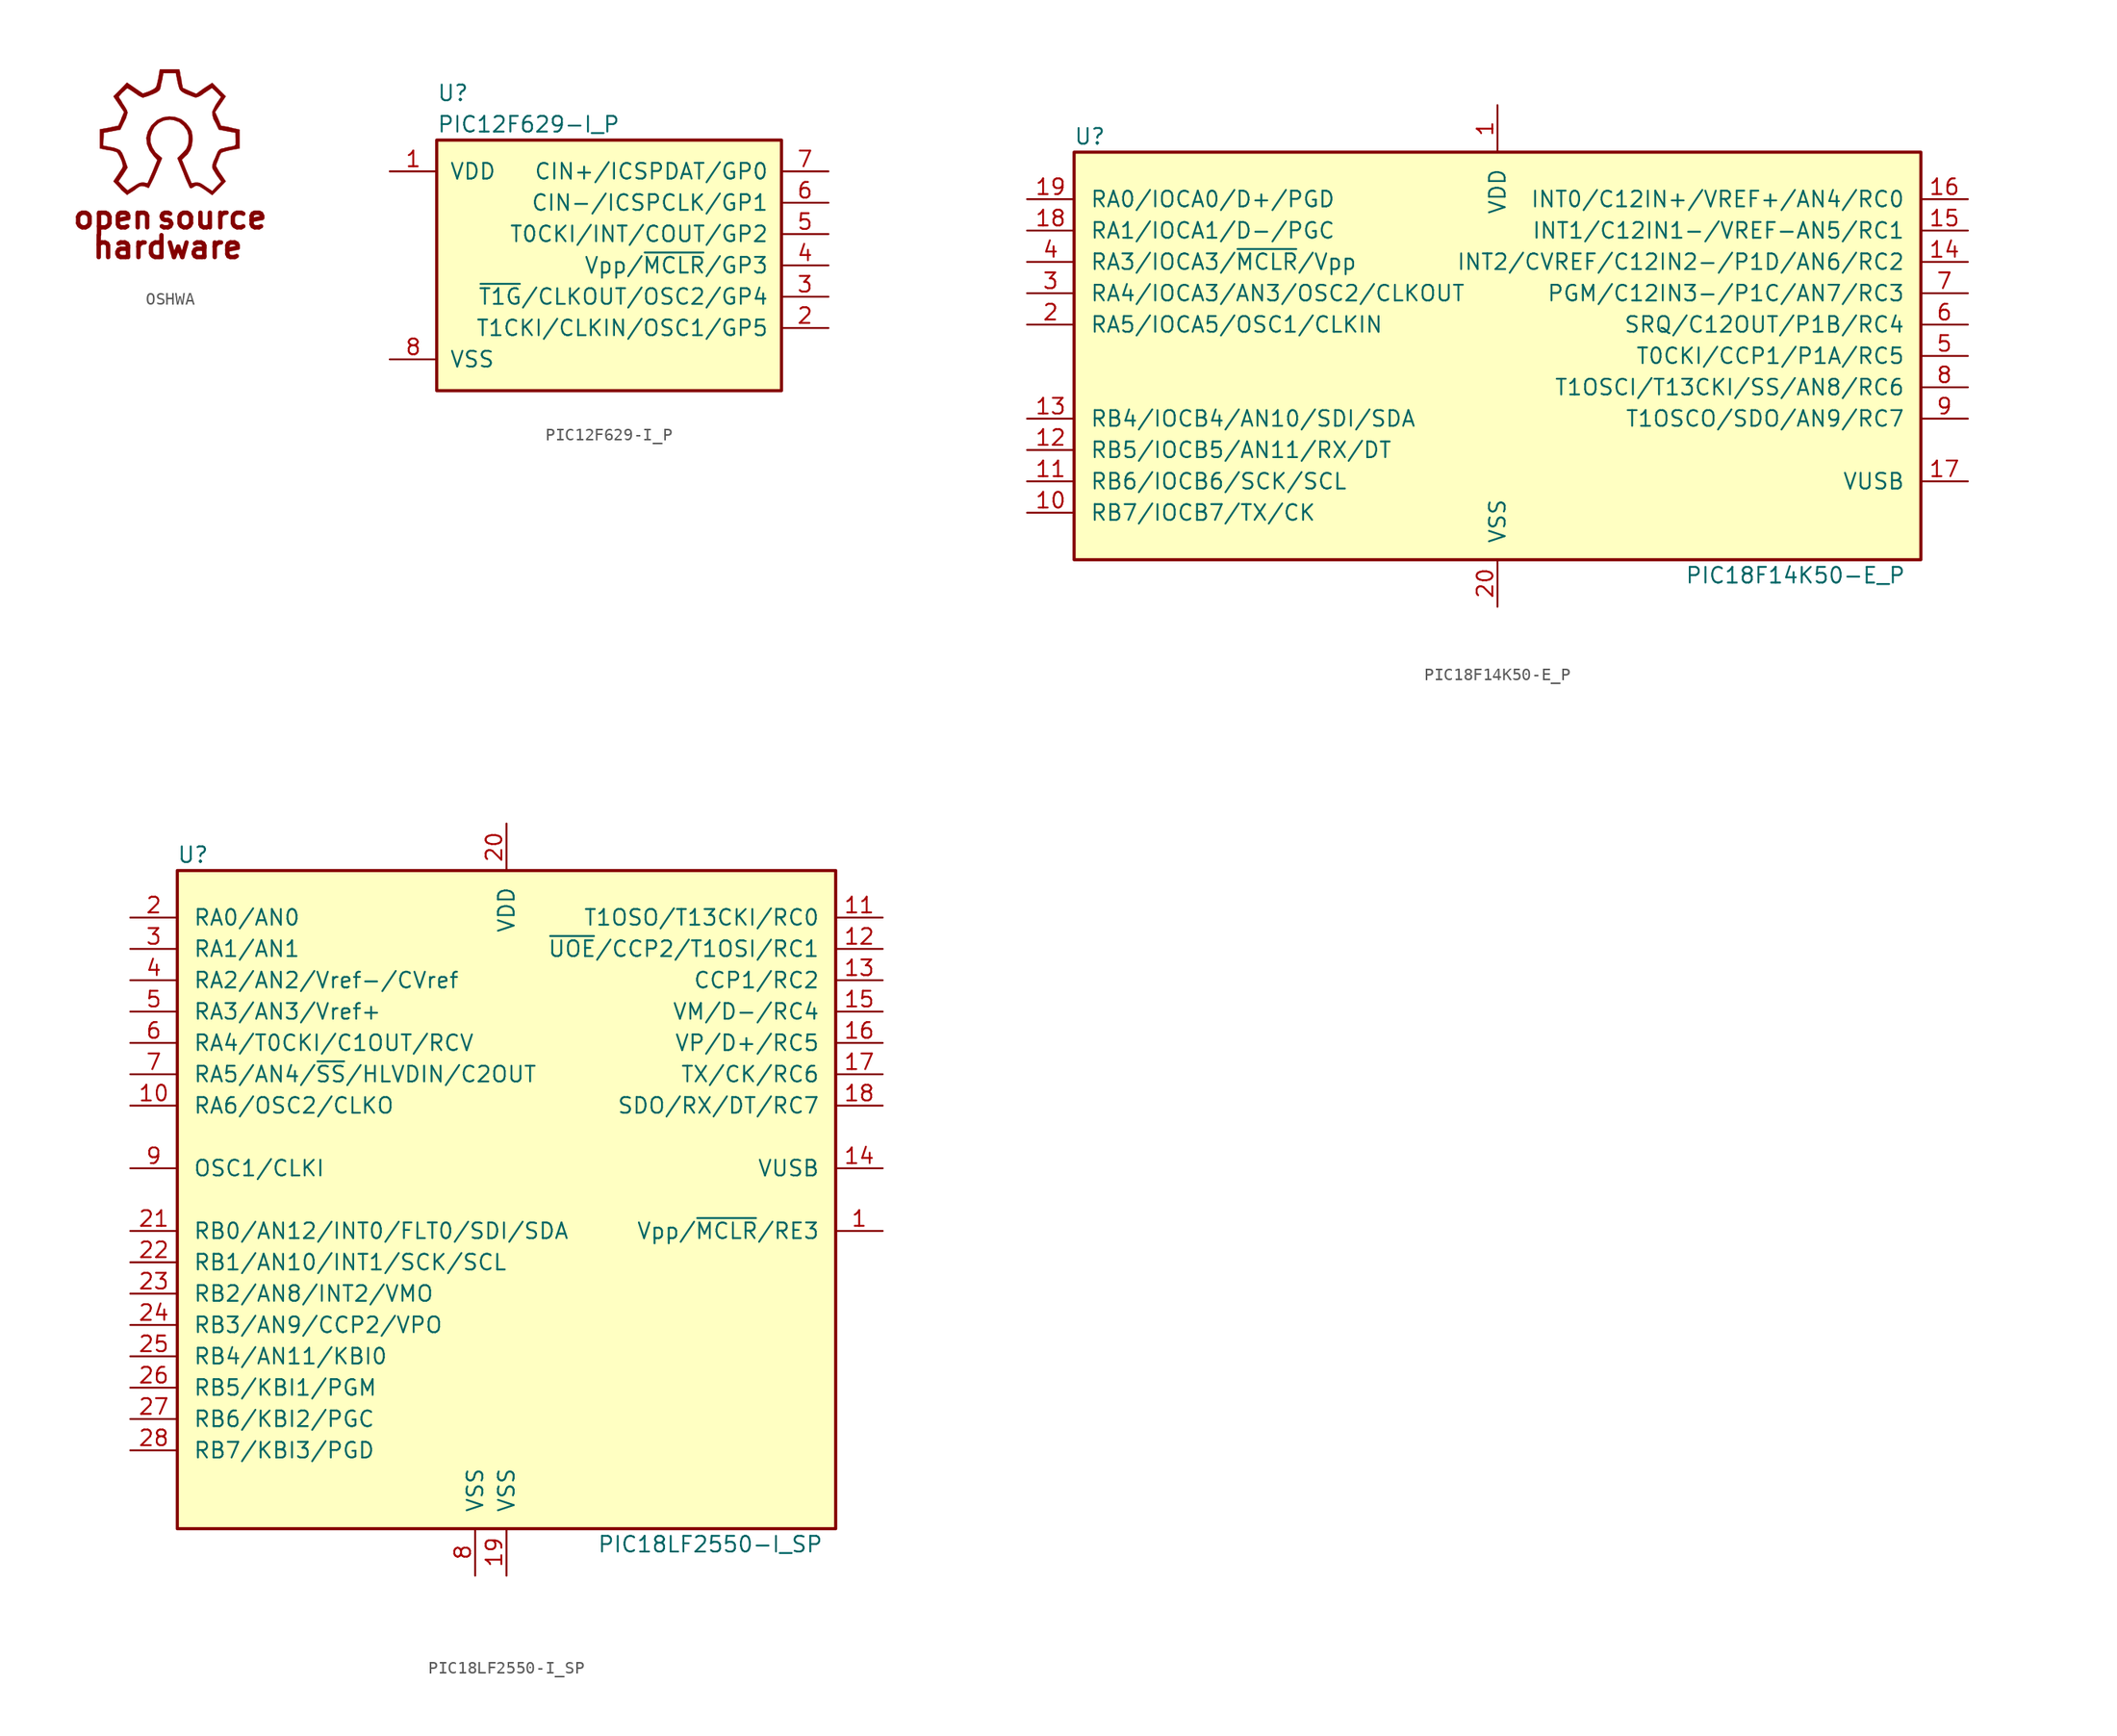
<source format=kicad_sym>
(kicad_symbol_lib
  (version 20211014)
  (generator kicad_symbol_editor)
  (symbol "OSHWA"
    (pin_names
      (offset 1.016))
    (property "Reference" "#G"
      (at -0.762 10.16 0)
      (effects (font (size 1.524 1.524)) hide))
    (property "Footprint" ""
      (at 0 0 0)
      (effects (font (size 1.524 1.524))))
    (property "Datasheet" ""
      (at 0 0 0)
      (effects (font (size 1.524 1.524))))
    (symbol "OSHWA_0_0"
      (polyline (pts (xy 5.791 2.667) (xy 5.537 2.718) (xy 5.486 2.743) (xy 5.486 1.88) (xy 5.486 1.829) (xy 5.486 1.6) (xy 5.486 1.473) (xy 5.41 1.372) (xy 5.283 1.321) (xy 5.004 1.27) (xy 4.623 1.194) (xy 4.572 1.168) (xy 4.318 1.118) (xy 4.166 1.041) (xy 4.039 0.889) (xy 3.937 0.66) (xy 3.835 0.406) (xy 3.683 0.076) (xy 3.607 -0.178) (xy 3.581 -0.356) (xy 3.632 -0.533) (xy 3.759 -0.737) (xy 3.912 -0.991) (xy 4.318 -1.549) (xy 3.937 -1.93) (xy 3.581 -2.311) (xy 3.048 -1.956) (xy 2.794 -1.778) (xy 2.565 -1.651) (xy 2.388 -1.626) (xy 2.21 -1.626) (xy 1.905 -1.676) (xy 1.499 -0.711) (xy 1.118 0.229) (xy 1.397 0.508) (xy 1.575 0.66) (xy 1.803 1.016) (xy 1.93 1.397) (xy 1.981 1.854) (xy 1.981 1.93) (xy 1.956 2.261) (xy 1.905 2.54) (xy 1.753 2.819) (xy 1.473 3.175) (xy 1.067 3.505) (xy 0.584 3.683) (xy 0.102 3.734) (xy -0.406 3.658) (xy -0.889 3.429) (xy -1.295 3.048) (xy -1.346 2.997) (xy -1.626 2.515) (xy -1.753 2.007) (xy -1.702 1.499) (xy -1.499 0.991) (xy -1.143 0.508) (xy -0.864 0.203) (xy -1.245 -0.737) (xy -1.651 -1.676) (xy -1.956 -1.626) (xy -2.108 -1.626) (xy -2.286 -1.651) (xy -2.489 -1.753) (xy -2.769 -1.93) (xy -3.277 -2.261) (xy -3.658 -1.905) (xy -4.013 -1.524) (xy -3.632 -0.965) (xy -3.277 -0.406) (xy -3.429 0.025) (xy -3.454 0.102) (xy -3.607 0.508) (xy -3.734 0.787) (xy -3.886 0.991) (xy -4.089 1.092) (xy -4.369 1.194) (xy -4.775 1.27) (xy -5.258 1.372) (xy -5.232 1.905) (xy -5.207 2.413) (xy -4.521 2.54) (xy -3.861 2.667) (xy -3.581 3.251) (xy -3.556 3.302) (xy -3.404 3.607) (xy -3.327 3.886) (xy -3.277 4.039) (xy -3.327 4.216) (xy -3.454 4.445) (xy -3.632 4.724) (xy -3.658 4.75) (xy -3.81 5.029) (xy -3.937 5.207) (xy -3.988 5.309) (xy -3.988 5.334) (xy -3.886 5.461) (xy -3.734 5.639) (xy -3.531 5.817) (xy -3.378 5.969) (xy -3.277 6.02) (xy -3.15 5.944) (xy -2.946 5.817) (xy -2.692 5.639) (xy -2.616 5.588) (xy -2.362 5.41) (xy -2.159 5.309) (xy -2.032 5.258) (xy -1.88 5.309) (xy -1.626 5.385) (xy -1.321 5.512) (xy -1.245 5.537) (xy -0.914 5.69) (xy -0.711 5.842) (xy -0.635 5.969) (xy -0.61 6.096) (xy -0.559 6.375) (xy -0.483 6.68) (xy -0.381 7.239) (xy 0.127 7.239) (xy 0.635 7.239) (xy 0.737 6.731) (xy 0.787 6.477) (xy 0.864 6.172) (xy 0.94 5.944) (xy 1.041 5.817) (xy 1.168 5.715) (xy 1.346 5.613) (xy 1.448 5.563) (xy 1.778 5.436) (xy 2.032 5.334) (xy 2.184 5.283) (xy 2.311 5.283) (xy 2.464 5.334) (xy 2.667 5.436) (xy 2.946 5.639) (xy 3.556 6.045) (xy 3.937 5.69) (xy 4.293 5.309) (xy 3.912 4.75) (xy 3.835 4.623) (xy 3.683 4.318) (xy 3.581 4.089) (xy 3.607 3.835) (xy 3.683 3.531) (xy 3.886 3.15) (xy 4.115 2.667) (xy 4.775 2.54) (xy 5.461 2.413) (xy 5.486 1.88) (xy 5.486 2.743) (xy 5.41 2.743) (xy 5.105 2.819) (xy 4.801 2.896) (xy 4.293 2.972) (xy 4.064 3.531) (xy 3.81 4.089) (xy 4.242 4.724) (xy 4.674 5.359) (xy 4.115 5.918) (xy 3.581 6.452) (xy 2.921 6.02) (xy 2.286 5.563) (xy 1.753 5.791) (xy 1.194 6.045) (xy 1.092 6.553) (xy 1.067 6.807) (xy 0.991 7.087) (xy 0.965 7.315) (xy 0.914 7.544) (xy 0.127 7.544) (xy -0.66 7.544) (xy -0.762 6.934) (xy -0.813 6.68) (xy -0.889 6.35) (xy -0.965 6.121) (xy -1.092 5.994) (xy -1.27 5.893) (xy -1.524 5.766) (xy -2.032 5.588) (xy -2.667 6.02) (xy -3.327 6.477) (xy -3.861 5.918) (xy -4.42 5.359) (xy -3.988 4.724) (xy -3.556 4.089) (xy -3.785 3.556) (xy -3.785 3.531) (xy -3.886 3.277) (xy -3.988 3.073) (xy -4.013 2.997) (xy -4.039 2.972) (xy -4.191 2.946) (xy -4.445 2.896) (xy -4.775 2.819) (xy -5.512 2.692) (xy -5.512 1.905) (xy -5.512 1.143) (xy -4.902 1.016) (xy -4.877 1.016) (xy -4.547 0.965) (xy -4.293 0.889) (xy -4.14 0.838) (xy -4.115 0.813) (xy -4.013 0.66) (xy -3.886 0.432) (xy -3.759 0.152) (xy -3.683 -0.102) (xy -3.658 -0.305) (xy -3.708 -0.457) (xy -3.861 -0.686) (xy -4.039 -0.965) (xy -4.42 -1.524) (xy -3.886 -2.083) (xy -3.785 -2.21) (xy -3.556 -2.413) (xy -3.378 -2.565) (xy -3.327 -2.616) (xy -3.302 -2.616) (xy -3.2 -2.54) (xy -2.997 -2.413) (xy -2.718 -2.235) (xy -2.565 -2.108) (xy -2.337 -1.956) (xy -2.184 -1.905) (xy -2.057 -1.905) (xy -1.905 -1.93) (xy -1.702 -2.007) (xy -1.575 -2.057) (xy -1.549 -2.032) (xy -1.473 -1.88) (xy -1.346 -1.626) (xy -1.168 -1.27) (xy -0.991 -0.864) (xy -0.483 0.356) (xy -0.838 0.66) (xy -1.016 0.813) (xy -1.27 1.219) (xy -1.422 1.651) (xy -1.422 2.108) (xy -1.295 2.515) (xy -1.092 2.896) (xy -0.762 3.2) (xy -0.356 3.404) (xy 0.152 3.48) (xy 0.483 3.429) (xy 0.914 3.277) (xy 1.27 2.972) (xy 1.549 2.591) (xy 1.676 2.159) (xy 1.676 1.829) (xy 1.626 1.448) (xy 1.473 1.092) (xy 1.168 0.762) (xy 0.762 0.356) (xy 1.245 -0.813) (xy 1.321 -1.016) (xy 1.473 -1.397) (xy 1.626 -1.727) (xy 1.727 -1.956) (xy 1.778 -2.057) (xy 1.88 -2.083) (xy 2.032 -2.007) (xy 2.184 -1.905) (xy 2.311 -1.88) (xy 2.489 -1.905) (xy 2.718 -2.032) (xy 3.023 -2.235) (xy 3.581 -2.642) (xy 4.14 -2.083) (xy 4.674 -1.524) (xy 4.293 -0.965) (xy 4.216 -0.864) (xy 4.064 -0.61) (xy 3.937 -0.381) (xy 3.886 -0.279) (xy 3.886 -0.254) (xy 3.937 -0.076) (xy 4.039 0.178) (xy 4.14 0.457) (xy 4.242 0.686) (xy 4.318 0.787) (xy 4.343 0.813) (xy 4.496 0.864) (xy 4.75 0.94) (xy 5.08 1.016) (xy 5.791 1.143) (xy 5.791 1.905) (xy 5.791 2.667) (xy 5.791 2.667)) (stroke (width 0.025) (type default) (color 0 0 0 0)) (fill (type outline)))
      (text "hardware" (at -0.025 -6.858 0) (effects (font (size 1.778 1.778) bold)))
      (text "open" (at -4.445 -4.445 0) (effects (font (size 1.778 1.778) bold)))
      (text "source" (at 3.556 -4.445 0) (effects (font (size 1.778 1.778) bold)))))
  (symbol "PIC12F629-I_P"
    (pin_names
      (offset 1.016))
    (property "Reference" "U"
      (at -13.97 13.97 0)
      (effects (font (size 1.27 1.27)) (justify left)))
    (property "Value" "PIC12F629-I_P"
      (at -13.97 11.43 0)
      (effects (font (size 1.27 1.27)) (justify left)))
    (symbol "PIC12F629-I_P_0_1"
      (rectangle (start 13.97 -10.16) (end -13.97 10.16) (stroke (width 0.254) (type default) (color 0 0 0 0)) (fill (type background))))
    (symbol "PIC12F629-I_P_1_1"
      (pin power_in line (at -17.78 7.62 0) (length 3.81) (name "VDD" (effects (font (size 1.27 1.27)))) (number "1" (effects (font (size 1.27 1.27)))))
      (pin bidirectional line (at 17.78 -5.08 180) (length 3.81) (name "T1CKI/CLKIN/OSC1/GP5" (effects (font (size 1.27 1.27)))) (number "2" (effects (font (size 1.27 1.27)))))
      (pin bidirectional line (at 17.78 -2.54 180) (length 3.81) (name "~{T1G}/CLKOUT/OSC2/GP4" (effects (font (size 1.27 1.27)))) (number "3" (effects (font (size 1.27 1.27)))))
      (pin input line (at 17.78 0 180) (length 3.81) (name "Vpp/~{MCLR}/GP3" (effects (font (size 1.27 1.27)))) (number "4" (effects (font (size 1.27 1.27)))))
      (pin bidirectional line (at 17.78 2.54 180) (length 3.81) (name "T0CKI/INT/COUT/GP2" (effects (font (size 1.27 1.27)))) (number "5" (effects (font (size 1.27 1.27)))))
      (pin bidirectional line (at 17.78 5.08 180) (length 3.81) (name "CIN-/ICSPCLK/GP1" (effects (font (size 1.27 1.27)))) (number "6" (effects (font (size 1.27 1.27)))))
      (pin bidirectional line (at 17.78 7.62 180) (length 3.81) (name "CIN+/ICSPDAT/GP0" (effects (font (size 1.27 1.27)))) (number "7" (effects (font (size 1.27 1.27)))))
      (pin power_in line (at -17.78 -7.62 0) (length 3.81) (name "VSS" (effects (font (size 1.27 1.27)))) (number "8" (effects (font (size 1.27 1.27)))))))
  (symbol "PIC18F14K50-E_P"
    (pin_names
      (offset 1.27))
    (property "Reference" "U"
      (at -33.02 17.78 0)
      (effects (font (size 1.27 1.27))))
    (property "Value" "PIC18F14K50-E_P"
      (at 24.13 -17.78 0)
      (effects (font (size 1.27 1.27))))
    (symbol "PIC18F14K50-E_P_0_1"
      (rectangle (start -34.29 16.51) (end 34.29 -16.51) (stroke (width 0.254) (type default) (color 0 0 0 0)) (fill (type background))))
    (symbol "PIC18F14K50-E_P_1_1"
      (pin power_in line (at 0 20.32 270) (length 3.81) (name "VDD" (effects (font (size 1.27 1.27)))) (number "1" (effects (font (size 1.27 1.27)))))
      (pin bidirectional line (at -38.1 -12.7 0) (length 3.81) (name "RB7/IOCB7/TX/CK" (effects (font (size 1.27 1.27)))) (number "10" (effects (font (size 1.27 1.27)))))
      (pin bidirectional line (at -38.1 -10.16 0) (length 3.81) (name "RB6/IOCB6/SCK/SCL" (effects (font (size 1.27 1.27)))) (number "11" (effects (font (size 1.27 1.27)))))
      (pin bidirectional line (at -38.1 -7.62 0) (length 3.81) (name "RB5/IOCB5/AN11/RX/DT" (effects (font (size 1.27 1.27)))) (number "12" (effects (font (size 1.27 1.27)))))
      (pin bidirectional line (at -38.1 -5.08 0) (length 3.81) (name "RB4/IOCB4/AN10/SDI/SDA" (effects (font (size 1.27 1.27)))) (number "13" (effects (font (size 1.27 1.27)))))
      (pin bidirectional line (at 38.1 7.62 180) (length 3.81) (name "INT2/CVREF/C12IN2-/P1D/AN6/RC2" (effects (font (size 1.27 1.27)))) (number "14" (effects (font (size 1.27 1.27)))))
      (pin bidirectional line (at 38.1 10.16 180) (length 3.81) (name "INT1/C12IN1-/VREF-AN5/RC1" (effects (font (size 1.27 1.27)))) (number "15" (effects (font (size 1.27 1.27)))))
      (pin bidirectional line (at 38.1 12.7 180) (length 3.81) (name "INT0/C12IN+/VREF+/AN4/RC0" (effects (font (size 1.27 1.27)))) (number "16" (effects (font (size 1.27 1.27)))))
      (pin passive line (at 38.1 -10.16 180) (length 3.81) (name "VUSB" (effects (font (size 1.27 1.27)))) (number "17" (effects (font (size 1.27 1.27)))))
      (pin bidirectional line (at -38.1 10.16 0) (length 3.81) (name "RA1/IOCA1/D-/PGC" (effects (font (size 1.27 1.27)))) (number "18" (effects (font (size 1.27 1.27)))))
      (pin bidirectional line (at -38.1 12.7 0) (length 3.81) (name "RA0/IOCA0/D+/PGD" (effects (font (size 1.27 1.27)))) (number "19" (effects (font (size 1.27 1.27)))))
      (pin bidirectional line (at -38.1 2.54 0) (length 3.81) (name "RA5/IOCA5/OSC1/CLKIN" (effects (font (size 1.27 1.27)))) (number "2" (effects (font (size 1.27 1.27)))))
      (pin power_in line (at 0 -20.32 90) (length 3.81) (name "VSS" (effects (font (size 1.27 1.27)))) (number "20" (effects (font (size 1.27 1.27)))))
      (pin bidirectional line (at -38.1 5.08 0) (length 3.81) (name "RA4/IOCA3/AN3/OSC2/CLKOUT" (effects (font (size 1.27 1.27)))) (number "3" (effects (font (size 1.27 1.27)))))
      (pin input line (at -38.1 7.62 0) (length 3.81) (name "RA3/IOCA3/~{MCLR}/Vpp" (effects (font (size 1.27 1.27)))) (number "4" (effects (font (size 1.27 1.27)))))
      (pin bidirectional line (at 38.1 0 180) (length 3.81) (name "T0CKI/CCP1/P1A/RC5" (effects (font (size 1.27 1.27)))) (number "5" (effects (font (size 1.27 1.27)))))
      (pin bidirectional line (at 38.1 2.54 180) (length 3.81) (name "SRQ/C12OUT/P1B/RC4" (effects (font (size 1.27 1.27)))) (number "6" (effects (font (size 1.27 1.27)))))
      (pin bidirectional line (at 38.1 5.08 180) (length 3.81) (name "PGM/C12IN3-/P1C/AN7/RC3" (effects (font (size 1.27 1.27)))) (number "7" (effects (font (size 1.27 1.27)))))
      (pin bidirectional line (at 38.1 -2.54 180) (length 3.81) (name "T1OSCI/T13CKI/SS/AN8/RC6" (effects (font (size 1.27 1.27)))) (number "8" (effects (font (size 1.27 1.27)))))
      (pin bidirectional line (at 38.1 -5.08 180) (length 3.81) (name "T1OSCO/SDO/AN9/RC7" (effects (font (size 1.27 1.27)))) (number "9" (effects (font (size 1.27 1.27)))))))
  (symbol "PIC18LF2550-I_SP"
    (pin_names
      (offset 1.27))
    (property "Reference" "U"
      (at -25.4 27.94 0)
      (effects (font (size 1.27 1.27))))
    (property "Value" "PIC18LF2550-I_SP"
      (at 16.51 -27.94 0)
      (effects (font (size 1.27 1.27))))
    (symbol "PIC18LF2550-I_SP_0_1"
      (rectangle (start -26.67 26.67) (end 26.67 -26.67) (stroke (width 0.254) (type default) (color 0 0 0 0)) (fill (type background))))
    (symbol "PIC18LF2550-I_SP_1_1"
      (pin input line (at 30.48 -2.54 180) (length 3.81) (name "Vpp/~{MCLR}/RE3" (effects (font (size 1.27 1.27)))) (number "1" (effects (font (size 1.27 1.27)))))
      (pin output line (at -30.48 7.62 0) (length 3.81) (name "RA6/OSC2/CLKO" (effects (font (size 1.27 1.27)))) (number "10" (effects (font (size 1.27 1.27)))))
      (pin bidirectional line (at 30.48 22.86 180) (length 3.81) (name "T1OSO/T13CKI/RC0" (effects (font (size 1.27 1.27)))) (number "11" (effects (font (size 1.27 1.27)))))
      (pin bidirectional line (at 30.48 20.32 180) (length 3.81) (name "~{UOE}/CCP2/T1OSI/RC1" (effects (font (size 1.27 1.27)))) (number "12" (effects (font (size 1.27 1.27)))))
      (pin bidirectional line (at 30.48 17.78 180) (length 3.81) (name "CCP1/RC2" (effects (font (size 1.27 1.27)))) (number "13" (effects (font (size 1.27 1.27)))))
      (pin bidirectional line (at 30.48 2.54 180) (length 3.81) (name "VUSB" (effects (font (size 1.27 1.27)))) (number "14" (effects (font (size 1.27 1.27)))))
      (pin bidirectional line (at 30.48 15.24 180) (length 3.81) (name "VM/D-/RC4" (effects (font (size 1.27 1.27)))) (number "15" (effects (font (size 1.27 1.27)))))
      (pin bidirectional line (at 30.48 12.7 180) (length 3.81) (name "VP/D+/RC5" (effects (font (size 1.27 1.27)))) (number "16" (effects (font (size 1.27 1.27)))))
      (pin bidirectional line (at 30.48 10.16 180) (length 3.81) (name "TX/CK/RC6" (effects (font (size 1.27 1.27)))) (number "17" (effects (font (size 1.27 1.27)))))
      (pin bidirectional line (at 30.48 7.62 180) (length 3.81) (name "SDO/RX/DT/RC7" (effects (font (size 1.27 1.27)))) (number "18" (effects (font (size 1.27 1.27)))))
      (pin power_in line (at 0 -30.48 90) (length 3.81) (name "VSS" (effects (font (size 1.27 1.27)))) (number "19" (effects (font (size 1.27 1.27)))))
      (pin bidirectional line (at -30.48 22.86 0) (length 3.81) (name "RA0/AN0" (effects (font (size 1.27 1.27)))) (number "2" (effects (font (size 1.27 1.27)))))
      (pin power_in line (at 0 30.48 270) (length 3.81) (name "VDD" (effects (font (size 1.27 1.27)))) (number "20" (effects (font (size 1.27 1.27)))))
      (pin bidirectional line (at -30.48 -2.54 0) (length 3.81) (name "RB0/AN12/INT0/FLT0/SDI/SDA" (effects (font (size 1.27 1.27)))) (number "21" (effects (font (size 1.27 1.27)))))
      (pin bidirectional line (at -30.48 -5.08 0) (length 3.81) (name "RB1/AN10/INT1/SCK/SCL" (effects (font (size 1.27 1.27)))) (number "22" (effects (font (size 1.27 1.27)))))
      (pin bidirectional line (at -30.48 -7.62 0) (length 3.81) (name "RB2/AN8/INT2/VMO" (effects (font (size 1.27 1.27)))) (number "23" (effects (font (size 1.27 1.27)))))
      (pin bidirectional line (at -30.48 -10.16 0) (length 3.81) (name "RB3/AN9/CCP2/VPO" (effects (font (size 1.27 1.27)))) (number "24" (effects (font (size 1.27 1.27)))))
      (pin bidirectional line (at -30.48 -12.7 0) (length 3.81) (name "RB4/AN11/KBI0" (effects (font (size 1.27 1.27)))) (number "25" (effects (font (size 1.27 1.27)))))
      (pin bidirectional line (at -30.48 -15.24 0) (length 3.81) (name "RB5/KBI1/PGM" (effects (font (size 1.27 1.27)))) (number "26" (effects (font (size 1.27 1.27)))))
      (pin bidirectional line (at -30.48 -17.78 0) (length 3.81) (name "RB6/KBI2/PGC" (effects (font (size 1.27 1.27)))) (number "27" (effects (font (size 1.27 1.27)))))
      (pin bidirectional line (at -30.48 -20.32 0) (length 3.81) (name "RB7/KBI3/PGD" (effects (font (size 1.27 1.27)))) (number "28" (effects (font (size 1.27 1.27)))))
      (pin bidirectional line (at -30.48 20.32 0) (length 3.81) (name "RA1/AN1" (effects (font (size 1.27 1.27)))) (number "3" (effects (font (size 1.27 1.27)))))
      (pin bidirectional line (at -30.48 17.78 0) (length 3.81) (name "RA2/AN2/Vref-/CVref" (effects (font (size 1.27 1.27)))) (number "4" (effects (font (size 1.27 1.27)))))
      (pin bidirectional line (at -30.48 15.24 0) (length 3.81) (name "RA3/AN3/Vref+" (effects (font (size 1.27 1.27)))) (number "5" (effects (font (size 1.27 1.27)))))
      (pin bidirectional line (at -30.48 12.7 0) (length 3.81) (name "RA4/T0CKI/C1OUT/RCV" (effects (font (size 1.27 1.27)))) (number "6" (effects (font (size 1.27 1.27)))))
      (pin bidirectional line (at -30.48 10.16 0) (length 3.81) (name "RA5/AN4/~{SS}/HLVDIN/C2OUT" (effects (font (size 1.27 1.27)))) (number "7" (effects (font (size 1.27 1.27)))))
      (pin power_in line (at -2.54 -30.48 90) (length 3.81) (name "VSS" (effects (font (size 1.27 1.27)))) (number "8" (effects (font (size 1.27 1.27)))))
      (pin input line (at -30.48 2.54 0) (length 3.81) (name "OSC1/CLKI" (effects (font (size 1.27 1.27)))) (number "9" (effects (font (size 1.27 1.27))))))))
</source>
